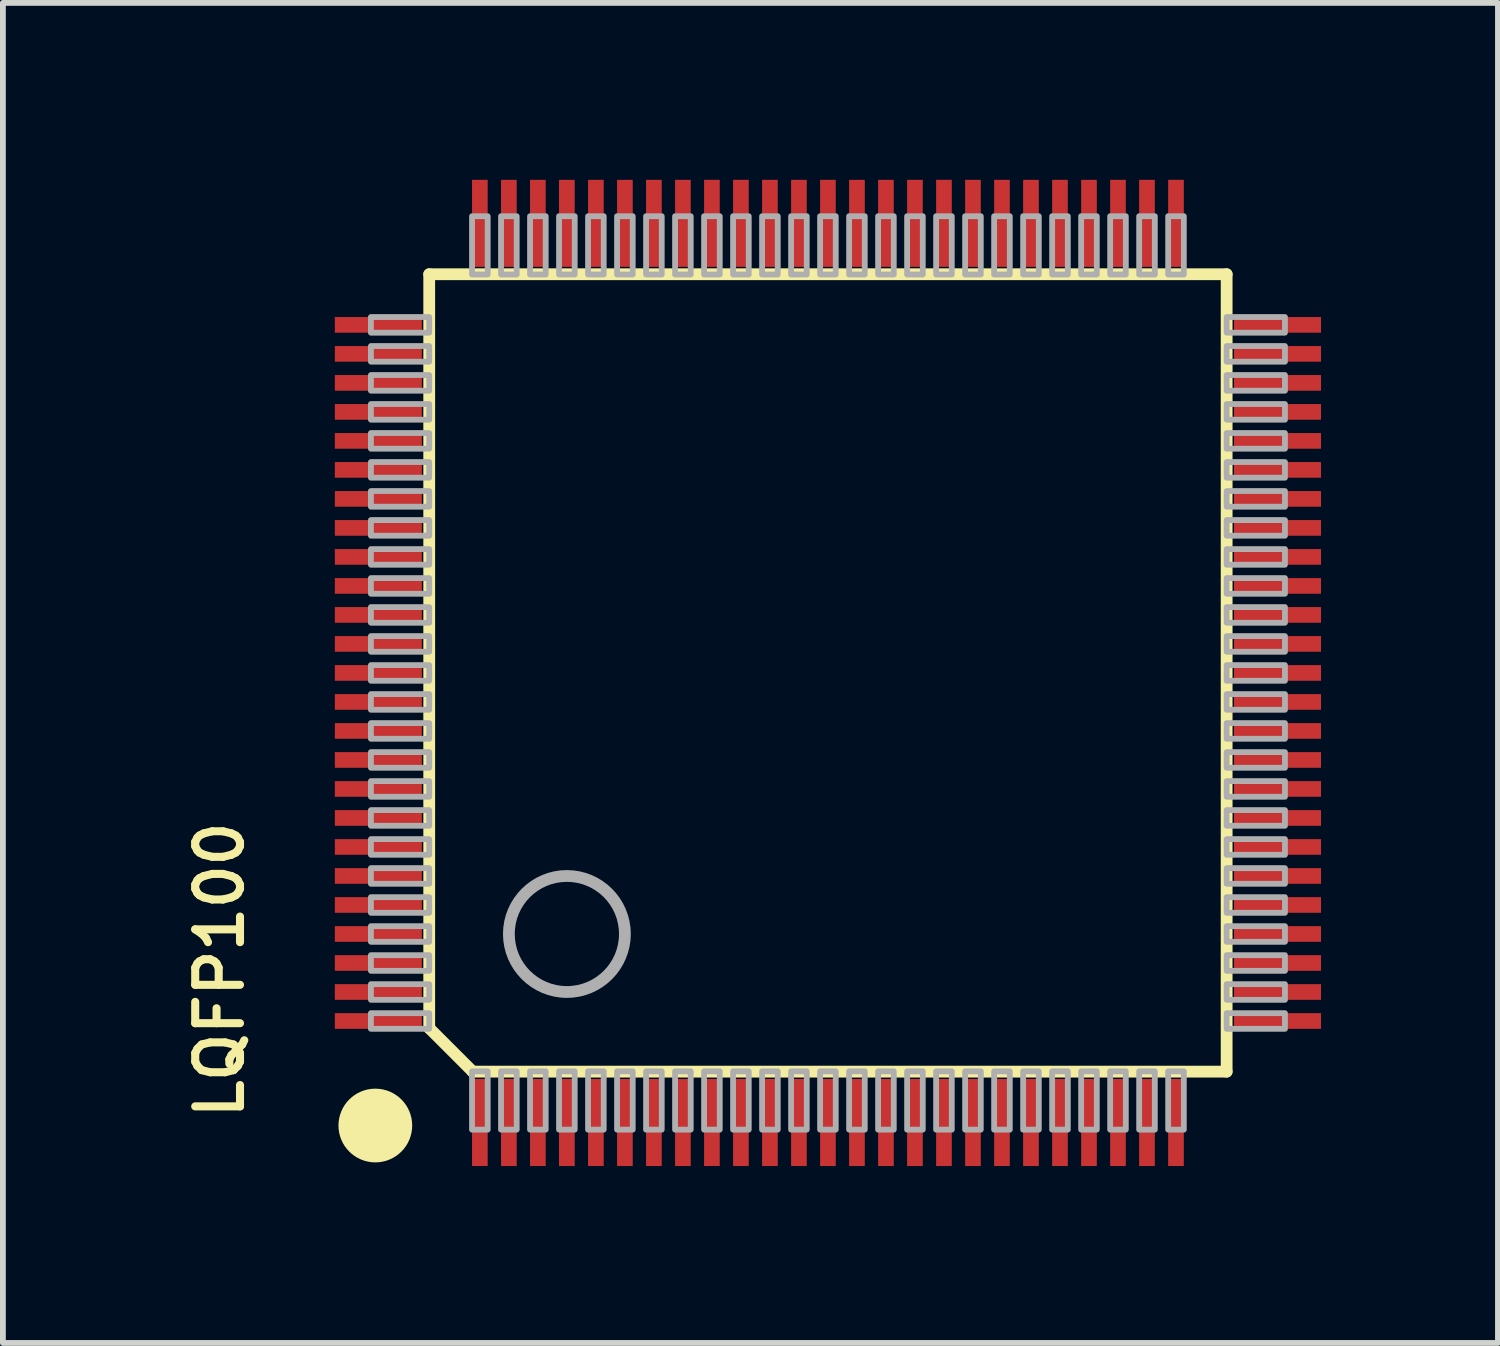
<source format=kicad_pcb>
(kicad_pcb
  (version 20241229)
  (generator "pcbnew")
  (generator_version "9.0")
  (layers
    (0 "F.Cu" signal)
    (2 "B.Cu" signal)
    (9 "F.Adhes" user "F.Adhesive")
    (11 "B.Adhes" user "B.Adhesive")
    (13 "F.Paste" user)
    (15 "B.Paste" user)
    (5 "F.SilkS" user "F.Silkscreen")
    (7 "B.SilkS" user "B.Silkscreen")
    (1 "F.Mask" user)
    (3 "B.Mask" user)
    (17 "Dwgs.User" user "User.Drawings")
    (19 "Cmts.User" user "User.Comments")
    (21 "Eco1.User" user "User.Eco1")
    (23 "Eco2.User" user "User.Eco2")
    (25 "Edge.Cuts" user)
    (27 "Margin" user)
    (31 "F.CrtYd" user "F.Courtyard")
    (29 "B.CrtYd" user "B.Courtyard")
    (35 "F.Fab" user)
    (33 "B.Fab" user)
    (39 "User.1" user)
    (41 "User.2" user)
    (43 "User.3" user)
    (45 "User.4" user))
  (footprint "LQFP100"
    (layer "F.Cu")
    (at 11.222 8.55)
    (property "Reference" "LQFP100" (at -10.033 7.747 90) (layer "F.SilkS") (effects (font (size 0.772 0.772) (thickness 0.139)) (justify left bottom)))
    (attr through_hole)
    (fp_poly (pts (xy -6.95 -5.85) (xy -6.95 -6.15) (xy -8.55 -6.15) (xy -8.55 -5.85)) (stroke (width 0) (type solid)) (fill yes) (layer "F.Mask"))
    (fp_poly (pts (xy -6.95 -5.35) (xy -6.95 -5.65) (xy -8.55 -5.65) (xy -8.55 -5.35)) (stroke (width 0) (type solid)) (fill yes) (layer "F.Mask"))
    (fp_poly (pts (xy -6.95 -4.85) (xy -6.95 -5.15) (xy -8.55 -5.15) (xy -8.55 -4.85)) (stroke (width 0) (type solid)) (fill yes) (layer "F.Mask"))
    (fp_poly (pts (xy -6.95 -4.35) (xy -6.95 -4.65) (xy -8.55 -4.65) (xy -8.55 -4.35)) (stroke (width 0) (type solid)) (fill yes) (layer "F.Mask"))
    (fp_poly (pts (xy -6.95 -3.85) (xy -6.95 -4.15) (xy -8.55 -4.15) (xy -8.55 -3.85)) (stroke (width 0) (type solid)) (fill yes) (layer "F.Mask"))
    (fp_poly (pts (xy -6.95 -3.35) (xy -6.95 -3.65) (xy -8.55 -3.65) (xy -8.55 -3.35)) (stroke (width 0) (type solid)) (fill yes) (layer "F.Mask"))
    (fp_poly (pts (xy -6.95 -2.85) (xy -6.95 -3.15) (xy -8.55 -3.15) (xy -8.55 -2.85)) (stroke (width 0) (type solid)) (fill yes) (layer "F.Mask"))
    (fp_poly (pts (xy -6.95 -2.35) (xy -6.95 -2.65) (xy -8.55 -2.65) (xy -8.55 -2.35)) (stroke (width 0) (type solid)) (fill yes) (layer "F.Mask"))
    (fp_poly (pts (xy -6.95 -1.85) (xy -6.95 -2.15) (xy -8.55 -2.15) (xy -8.55 -1.85)) (stroke (width 0) (type solid)) (fill yes) (layer "F.Mask"))
    (fp_poly (pts (xy -6.95 -1.35) (xy -6.95 -1.65) (xy -8.55 -1.65) (xy -8.55 -1.35)) (stroke (width 0) (type solid)) (fill yes) (layer "F.Mask"))
    (fp_poly (pts (xy -6.95 -0.85) (xy -6.95 -1.15) (xy -8.55 -1.15) (xy -8.55 -0.85)) (stroke (width 0) (type solid)) (fill yes) (layer "F.Mask"))
    (fp_poly (pts (xy -6.95 -0.35) (xy -6.95 -0.65) (xy -8.55 -0.65) (xy -8.55 -0.35)) (stroke (width 0) (type solid)) (fill yes) (layer "F.Mask"))
    (fp_poly (pts (xy -6.95 0.15) (xy -6.95 -0.15) (xy -8.55 -0.15) (xy -8.55 0.15)) (stroke (width 0) (type solid)) (fill yes) (layer "F.Mask"))
    (fp_poly (pts (xy -6.95 0.65) (xy -6.95 0.35) (xy -8.55 0.35) (xy -8.55 0.65)) (stroke (width 0) (type solid)) (fill yes) (layer "F.Mask"))
    (fp_poly (pts (xy -6.95 1.15) (xy -6.95 0.85) (xy -8.55 0.85) (xy -8.55 1.15)) (stroke (width 0) (type solid)) (fill yes) (layer "F.Mask"))
    (fp_poly (pts (xy -6.95 1.65) (xy -6.95 1.35) (xy -8.55 1.35) (xy -8.55 1.65)) (stroke (width 0) (type solid)) (fill yes) (layer "F.Mask"))
    (fp_poly (pts (xy -6.95 2.15) (xy -6.95 1.85) (xy -8.55 1.85) (xy -8.55 2.15)) (stroke (width 0) (type solid)) (fill yes) (layer "F.Mask"))
    (fp_poly (pts (xy -6.95 2.65) (xy -6.95 2.35) (xy -8.55 2.35) (xy -8.55 2.65)) (stroke (width 0) (type solid)) (fill yes) (layer "F.Mask"))
    (fp_poly (pts (xy -6.95 3.15) (xy -6.95 2.85) (xy -8.55 2.85) (xy -8.55 3.15)) (stroke (width 0) (type solid)) (fill yes) (layer "F.Mask"))
    (fp_poly (pts (xy -6.95 3.65) (xy -6.95 3.35) (xy -8.55 3.35) (xy -8.55 3.65)) (stroke (width 0) (type solid)) (fill yes) (layer "F.Mask"))
    (fp_poly (pts (xy -6.95 4.15) (xy -6.95 3.85) (xy -8.55 3.85) (xy -8.55 4.15)) (stroke (width 0) (type solid)) (fill yes) (layer "F.Mask"))
    (fp_poly (pts (xy -6.95 4.65) (xy -6.95 4.35) (xy -8.55 4.35) (xy -8.55 4.65)) (stroke (width 0) (type solid)) (fill yes) (layer "F.Mask"))
    (fp_poly (pts (xy -6.95 5.15) (xy -6.95 4.85) (xy -8.55 4.85) (xy -8.55 5.15)) (stroke (width 0) (type solid)) (fill yes) (layer "F.Mask"))
    (fp_poly (pts (xy -6.95 5.65) (xy -6.95 5.35) (xy -8.55 5.35) (xy -8.55 5.65)) (stroke (width 0) (type solid)) (fill yes) (layer "F.Mask"))
    (fp_poly (pts (xy -6.95 6.15) (xy -6.95 5.85) (xy -8.55 5.85) (xy -8.55 6.15)) (stroke (width 0) (type solid)) (fill yes) (layer "F.Mask"))
    (fp_poly (pts (xy -6.15 -6.95) (xy -5.85 -6.95) (xy -5.85 -8.55) (xy -6.15 -8.55)) (stroke (width 0) (type solid)) (fill yes) (layer "F.Mask"))
    (fp_poly (pts (xy -5.85 6.95) (xy -6.15 6.95) (xy -6.15 8.55) (xy -5.85 8.55)) (stroke (width 0) (type solid)) (fill yes) (layer "F.Mask"))
    (fp_poly (pts (xy -5.65 -6.95) (xy -5.35 -6.95) (xy -5.35 -8.55) (xy -5.65 -8.55)) (stroke (width 0) (type solid)) (fill yes) (layer "F.Mask"))
    (fp_poly (pts (xy -5.35 6.95) (xy -5.65 6.95) (xy -5.65 8.55) (xy -5.35 8.55)) (stroke (width 0) (type solid)) (fill yes) (layer "F.Mask"))
    (fp_poly (pts (xy -5.15 -6.95) (xy -4.85 -6.95) (xy -4.85 -8.55) (xy -5.15 -8.55)) (stroke (width 0) (type solid)) (fill yes) (layer "F.Mask"))
    (fp_poly (pts (xy -4.85 6.95) (xy -5.15 6.95) (xy -5.15 8.55) (xy -4.85 8.55)) (stroke (width 0) (type solid)) (fill yes) (layer "F.Mask"))
    (fp_poly (pts (xy -4.65 -6.95) (xy -4.35 -6.95) (xy -4.35 -8.55) (xy -4.65 -8.55)) (stroke (width 0) (type solid)) (fill yes) (layer "F.Mask"))
    (fp_poly (pts (xy -4.35 6.95) (xy -4.65 6.95) (xy -4.65 8.55) (xy -4.35 8.55)) (stroke (width 0) (type solid)) (fill yes) (layer "F.Mask"))
    (fp_poly (pts (xy -4.15 -6.95) (xy -3.85 -6.95) (xy -3.85 -8.55) (xy -4.15 -8.55)) (stroke (width 0) (type solid)) (fill yes) (layer "F.Mask"))
    (fp_poly (pts (xy -3.85 6.95) (xy -4.15 6.95) (xy -4.15 8.55) (xy -3.85 8.55)) (stroke (width 0) (type solid)) (fill yes) (layer "F.Mask"))
    (fp_poly (pts (xy -3.65 -6.95) (xy -3.35 -6.95) (xy -3.35 -8.55) (xy -3.65 -8.55)) (stroke (width 0) (type solid)) (fill yes) (layer "F.Mask"))
    (fp_poly (pts (xy -3.35 6.95) (xy -3.65 6.95) (xy -3.65 8.55) (xy -3.35 8.55)) (stroke (width 0) (type solid)) (fill yes) (layer "F.Mask"))
    (fp_poly (pts (xy -3.15 -6.95) (xy -2.85 -6.95) (xy -2.85 -8.55) (xy -3.15 -8.55)) (stroke (width 0) (type solid)) (fill yes) (layer "F.Mask"))
    (fp_poly (pts (xy -2.85 6.95) (xy -3.15 6.95) (xy -3.15 8.55) (xy -2.85 8.55)) (stroke (width 0) (type solid)) (fill yes) (layer "F.Mask"))
    (fp_poly (pts (xy -2.65 -6.95) (xy -2.35 -6.95) (xy -2.35 -8.55) (xy -2.65 -8.55)) (stroke (width 0) (type solid)) (fill yes) (layer "F.Mask"))
    (fp_poly (pts (xy -2.35 6.95) (xy -2.65 6.95) (xy -2.65 8.55) (xy -2.35 8.55)) (stroke (width 0) (type solid)) (fill yes) (layer "F.Mask"))
    (fp_poly (pts (xy -2.15 -6.95) (xy -1.85 -6.95) (xy -1.85 -8.55) (xy -2.15 -8.55)) (stroke (width 0) (type solid)) (fill yes) (layer "F.Mask"))
    (fp_poly (pts (xy -1.85 6.95) (xy -2.15 6.95) (xy -2.15 8.55) (xy -1.85 8.55)) (stroke (width 0) (type solid)) (fill yes) (layer "F.Mask"))
    (fp_poly (pts (xy -1.65 -6.95) (xy -1.35 -6.95) (xy -1.35 -8.55) (xy -1.65 -8.55)) (stroke (width 0) (type solid)) (fill yes) (layer "F.Mask"))
    (fp_poly (pts (xy -1.35 6.95) (xy -1.65 6.95) (xy -1.65 8.55) (xy -1.35 8.55)) (stroke (width 0) (type solid)) (fill yes) (layer "F.Mask"))
    (fp_poly (pts (xy -1.15 -6.95) (xy -0.85 -6.95) (xy -0.85 -8.55) (xy -1.15 -8.55)) (stroke (width 0) (type solid)) (fill yes) (layer "F.Mask"))
    (fp_poly (pts (xy -0.85 6.95) (xy -1.15 6.95) (xy -1.15 8.55) (xy -0.85 8.55)) (stroke (width 0) (type solid)) (fill yes) (layer "F.Mask"))
    (fp_poly (pts (xy -0.65 -6.95) (xy -0.35 -6.95) (xy -0.35 -8.55) (xy -0.65 -8.55)) (stroke (width 0) (type solid)) (fill yes) (layer "F.Mask"))
    (fp_poly (pts (xy -0.35 6.95) (xy -0.65 6.95) (xy -0.65 8.55) (xy -0.35 8.55)) (stroke (width 0) (type solid)) (fill yes) (layer "F.Mask"))
    (fp_poly (pts (xy -0.15 -6.95) (xy 0.15 -6.95) (xy 0.15 -8.55) (xy -0.15 -8.55)) (stroke (width 0) (type solid)) (fill yes) (layer "F.Mask"))
    (fp_poly (pts (xy 0.15 6.95) (xy -0.15 6.95) (xy -0.15 8.55) (xy 0.15 8.55)) (stroke (width 0) (type solid)) (fill yes) (layer "F.Mask"))
    (fp_poly (pts (xy 0.35 -6.95) (xy 0.65 -6.95) (xy 0.65 -8.55) (xy 0.35 -8.55)) (stroke (width 0) (type solid)) (fill yes) (layer "F.Mask"))
    (fp_poly (pts (xy 0.65 6.95) (xy 0.35 6.95) (xy 0.35 8.55) (xy 0.65 8.55)) (stroke (width 0) (type solid)) (fill yes) (layer "F.Mask"))
    (fp_poly (pts (xy 0.85 -6.95) (xy 1.15 -6.95) (xy 1.15 -8.55) (xy 0.85 -8.55)) (stroke (width 0) (type solid)) (fill yes) (layer "F.Mask"))
    (fp_poly (pts (xy 1.15 6.95) (xy 0.85 6.95) (xy 0.85 8.55) (xy 1.15 8.55)) (stroke (width 0) (type solid)) (fill yes) (layer "F.Mask"))
    (fp_poly (pts (xy 1.35 -6.95) (xy 1.65 -6.95) (xy 1.65 -8.55) (xy 1.35 -8.55)) (stroke (width 0) (type solid)) (fill yes) (layer "F.Mask"))
    (fp_poly (pts (xy 1.65 6.95) (xy 1.35 6.95) (xy 1.35 8.55) (xy 1.65 8.55)) (stroke (width 0) (type solid)) (fill yes) (layer "F.Mask"))
    (fp_poly (pts (xy 1.85 -6.95) (xy 2.15 -6.95) (xy 2.15 -8.55) (xy 1.85 -8.55)) (stroke (width 0) (type solid)) (fill yes) (layer "F.Mask"))
    (fp_poly (pts (xy 2.15 6.95) (xy 1.85 6.95) (xy 1.85 8.55) (xy 2.15 8.55)) (stroke (width 0) (type solid)) (fill yes) (layer "F.Mask"))
    (fp_poly (pts (xy 2.35 -6.95) (xy 2.65 -6.95) (xy 2.65 -8.55) (xy 2.35 -8.55)) (stroke (width 0) (type solid)) (fill yes) (layer "F.Mask"))
    (fp_poly (pts (xy 2.65 6.95) (xy 2.35 6.95) (xy 2.35 8.55) (xy 2.65 8.55)) (stroke (width 0) (type solid)) (fill yes) (layer "F.Mask"))
    (fp_poly (pts (xy 2.85 -6.95) (xy 3.15 -6.95) (xy 3.15 -8.55) (xy 2.85 -8.55)) (stroke (width 0) (type solid)) (fill yes) (layer "F.Mask"))
    (fp_poly (pts (xy 3.15 6.95) (xy 2.85 6.95) (xy 2.85 8.55) (xy 3.15 8.55)) (stroke (width 0) (type solid)) (fill yes) (layer "F.Mask"))
    (fp_poly (pts (xy 3.35 -6.95) (xy 3.65 -6.95) (xy 3.65 -8.55) (xy 3.35 -8.55)) (stroke (width 0) (type solid)) (fill yes) (layer "F.Mask"))
    (fp_poly (pts (xy 3.65 6.95) (xy 3.35 6.95) (xy 3.35 8.55) (xy 3.65 8.55)) (stroke (width 0) (type solid)) (fill yes) (layer "F.Mask"))
    (fp_poly (pts (xy 3.85 -6.95) (xy 4.15 -6.95) (xy 4.15 -8.55) (xy 3.85 -8.55)) (stroke (width 0) (type solid)) (fill yes) (layer "F.Mask"))
    (fp_poly (pts (xy 4.15 6.95) (xy 3.85 6.95) (xy 3.85 8.55) (xy 4.15 8.55)) (stroke (width 0) (type solid)) (fill yes) (layer "F.Mask"))
    (fp_poly (pts (xy 4.35 -6.95) (xy 4.65 -6.95) (xy 4.65 -8.55) (xy 4.35 -8.55)) (stroke (width 0) (type solid)) (fill yes) (layer "F.Mask"))
    (fp_poly (pts (xy 4.65 6.95) (xy 4.35 6.95) (xy 4.35 8.55) (xy 4.65 8.55)) (stroke (width 0) (type solid)) (fill yes) (layer "F.Mask"))
    (fp_poly (pts (xy 4.85 -6.95) (xy 5.15 -6.95) (xy 5.15 -8.55) (xy 4.85 -8.55)) (stroke (width 0) (type solid)) (fill yes) (layer "F.Mask"))
    (fp_poly (pts (xy 5.15 6.95) (xy 4.85 6.95) (xy 4.85 8.55) (xy 5.15 8.55)) (stroke (width 0) (type solid)) (fill yes) (layer "F.Mask"))
    (fp_poly (pts (xy 5.35 -6.95) (xy 5.65 -6.95) (xy 5.65 -8.55) (xy 5.35 -8.55)) (stroke (width 0) (type solid)) (fill yes) (layer "F.Mask"))
    (fp_poly (pts (xy 5.65 6.95) (xy 5.35 6.95) (xy 5.35 8.55) (xy 5.65 8.55)) (stroke (width 0) (type solid)) (fill yes) (layer "F.Mask"))
    (fp_poly (pts (xy 6.15 -8.55) (xy 5.85 -8.55) (xy 5.85 -6.95) (xy 6.15 -6.95)) (stroke (width 0) (type solid)) (fill yes) (layer "F.Mask"))
    (fp_poly (pts (xy 6.15 6.95) (xy 5.85 6.95) (xy 5.85 8.55) (xy 6.15 8.55)) (stroke (width 0) (type solid)) (fill yes) (layer "F.Mask"))
    (fp_poly (pts (xy 6.95 -6.15) (xy 6.95 -5.85) (xy 8.55 -5.85) (xy 8.55 -6.15)) (stroke (width 0) (type solid)) (fill yes) (layer "F.Mask"))
    (fp_poly (pts (xy 6.95 -5.65) (xy 6.95 -5.35) (xy 8.55 -5.35) (xy 8.55 -5.65)) (stroke (width 0) (type solid)) (fill yes) (layer "F.Mask"))
    (fp_poly (pts (xy 6.95 -5.15) (xy 6.95 -4.85) (xy 8.55 -4.85) (xy 8.55 -5.15)) (stroke (width 0) (type solid)) (fill yes) (layer "F.Mask"))
    (fp_poly (pts (xy 6.95 -4.65) (xy 6.95 -4.35) (xy 8.55 -4.35) (xy 8.55 -4.65)) (stroke (width 0) (type solid)) (fill yes) (layer "F.Mask"))
    (fp_poly (pts (xy 6.95 -4.15) (xy 6.95 -3.85) (xy 8.55 -3.85) (xy 8.55 -4.15)) (stroke (width 0) (type solid)) (fill yes) (layer "F.Mask"))
    (fp_poly (pts (xy 6.95 -3.65) (xy 6.95 -3.35) (xy 8.55 -3.35) (xy 8.55 -3.65)) (stroke (width 0) (type solid)) (fill yes) (layer "F.Mask"))
    (fp_poly (pts (xy 6.95 -3.15) (xy 6.95 -2.85) (xy 8.55 -2.85) (xy 8.55 -3.15)) (stroke (width 0) (type solid)) (fill yes) (layer "F.Mask"))
    (fp_poly (pts (xy 6.95 -2.65) (xy 6.95 -2.35) (xy 8.55 -2.35) (xy 8.55 -2.65)) (stroke (width 0) (type solid)) (fill yes) (layer "F.Mask"))
    (fp_poly (pts (xy 6.95 -2.15) (xy 6.95 -1.85) (xy 8.55 -1.85) (xy 8.55 -2.15)) (stroke (width 0) (type solid)) (fill yes) (layer "F.Mask"))
    (fp_poly (pts (xy 6.95 -1.65) (xy 6.95 -1.35) (xy 8.55 -1.35) (xy 8.55 -1.65)) (stroke (width 0) (type solid)) (fill yes) (layer "F.Mask"))
    (fp_poly (pts (xy 6.95 -1.15) (xy 6.95 -0.85) (xy 8.55 -0.85) (xy 8.55 -1.15)) (stroke (width 0) (type solid)) (fill yes) (layer "F.Mask"))
    (fp_poly (pts (xy 6.95 -0.65) (xy 6.95 -0.35) (xy 8.55 -0.35) (xy 8.55 -0.65)) (stroke (width 0) (type solid)) (fill yes) (layer "F.Mask"))
    (fp_poly (pts (xy 6.95 -0.15) (xy 6.95 0.15) (xy 8.55 0.15) (xy 8.55 -0.15)) (stroke (width 0) (type solid)) (fill yes) (layer "F.Mask"))
    (fp_poly (pts (xy 6.95 0.35) (xy 6.95 0.65) (xy 8.55 0.65) (xy 8.55 0.35)) (stroke (width 0) (type solid)) (fill yes) (layer "F.Mask"))
    (fp_poly (pts (xy 6.95 0.85) (xy 6.95 1.15) (xy 8.55 1.15) (xy 8.55 0.85)) (stroke (width 0) (type solid)) (fill yes) (layer "F.Mask"))
    (fp_poly (pts (xy 6.95 1.35) (xy 6.95 1.65) (xy 8.55 1.65) (xy 8.55 1.35)) (stroke (width 0) (type solid)) (fill yes) (layer "F.Mask"))
    (fp_poly (pts (xy 6.95 1.85) (xy 6.95 2.15) (xy 8.55 2.15) (xy 8.55 1.85)) (stroke (width 0) (type solid)) (fill yes) (layer "F.Mask"))
    (fp_poly (pts (xy 6.95 2.35) (xy 6.95 2.65) (xy 8.55 2.65) (xy 8.55 2.35)) (stroke (width 0) (type solid)) (fill yes) (layer "F.Mask"))
    (fp_poly (pts (xy 6.95 2.85) (xy 6.95 3.15) (xy 8.55 3.15) (xy 8.55 2.85)) (stroke (width 0) (type solid)) (fill yes) (layer "F.Mask"))
    (fp_poly (pts (xy 6.95 3.35) (xy 6.95 3.65) (xy 8.55 3.65) (xy 8.55 3.35)) (stroke (width 0) (type solid)) (fill yes) (layer "F.Mask"))
    (fp_poly (pts (xy 6.95 3.85) (xy 6.95 4.15) (xy 8.55 4.15) (xy 8.55 3.85)) (stroke (width 0) (type solid)) (fill yes) (layer "F.Mask"))
    (fp_poly (pts (xy 6.95 4.35) (xy 6.95 4.65) (xy 8.55 4.65) (xy 8.55 4.35)) (stroke (width 0) (type solid)) (fill yes) (layer "F.Mask"))
    (fp_poly (pts (xy 6.95 4.85) (xy 6.95 5.15) (xy 8.55 5.15) (xy 8.55 4.85)) (stroke (width 0) (type solid)) (fill yes) (layer "F.Mask"))
    (fp_poly (pts (xy 6.95 5.35) (xy 6.95 5.65) (xy 8.55 5.65) (xy 8.55 5.35)) (stroke (width 0) (type solid)) (fill yes) (layer "F.Mask"))
    (fp_poly (pts (xy 6.95 5.85) (xy 6.95 6.15) (xy 8.55 6.15) (xy 8.55 5.85)) (stroke (width 0) (type solid)) (fill yes) (layer "F.Mask"))
    (fp_line (start -6.873 -6.873) (end 6.873 -6.873) (stroke (width 0.203) (type solid)) (layer "F.SilkS"))
    (fp_line (start -6.873 6.123) (end -6.873 -6.873) (stroke (width 0.203) (type solid)) (layer "F.SilkS"))
    (fp_line (start -6.123 6.873) (end -6.873 6.123) (stroke (width 0.203) (type solid)) (layer "F.SilkS"))
    (fp_line (start 6.873 -6.873) (end 6.873 6.873) (stroke (width 0.203) (type solid)) (layer "F.SilkS"))
    (fp_line (start 6.873 6.873) (end -6.123 6.873) (stroke (width 0.203) (type solid)) (layer "F.SilkS"))
    (fp_circle (center -7.802 7.802) (end -7.484 7.802) (stroke (width 0.635) (type solid)) (fill no) (layer "F.SilkS"))
    (fp_circle (center -4.5 4.5) (end -3.5 4.5) (stroke (width 0.203) (type solid)) (fill no) (layer "F.Fab"))
    (fp_poly (pts (xy -7.878 -5.865) (xy -6.873 -5.865) (xy -6.873 -6.135) (xy -7.878 -6.135)) (stroke (width 0.1) (type solid)) (fill no) (layer "F.Fab"))
    (fp_poly (pts (xy -7.878 -5.365) (xy -6.873 -5.365) (xy -6.873 -5.635) (xy -7.878 -5.635)) (stroke (width 0.1) (type solid)) (fill no) (layer "F.Fab"))
    (fp_poly (pts (xy -7.878 -4.865) (xy -6.873 -4.865) (xy -6.873 -5.135) (xy -7.878 -5.135)) (stroke (width 0.1) (type solid)) (fill no) (layer "F.Fab"))
    (fp_poly (pts (xy -7.878 -4.365) (xy -6.873 -4.365) (xy -6.873 -4.635) (xy -7.878 -4.635)) (stroke (width 0.1) (type solid)) (fill no) (layer "F.Fab"))
    (fp_poly (pts (xy -7.878 -3.865) (xy -6.873 -3.865) (xy -6.873 -4.135) (xy -7.878 -4.135)) (stroke (width 0.1) (type solid)) (fill no) (layer "F.Fab"))
    (fp_poly (pts (xy -7.878 -3.365) (xy -6.873 -3.365) (xy -6.873 -3.635) (xy -7.878 -3.635)) (stroke (width 0.1) (type solid)) (fill no) (layer "F.Fab"))
    (fp_poly (pts (xy -7.878 -2.865) (xy -6.873 -2.865) (xy -6.873 -3.135) (xy -7.878 -3.135)) (stroke (width 0.1) (type solid)) (fill no) (layer "F.Fab"))
    (fp_poly (pts (xy -7.878 -2.365) (xy -6.873 -2.365) (xy -6.873 -2.635) (xy -7.878 -2.635)) (stroke (width 0.1) (type solid)) (fill no) (layer "F.Fab"))
    (fp_poly (pts (xy -7.878 -1.865) (xy -6.873 -1.865) (xy -6.873 -2.135) (xy -7.878 -2.135)) (stroke (width 0.1) (type solid)) (fill no) (layer "F.Fab"))
    (fp_poly (pts (xy -7.878 -1.365) (xy -6.873 -1.365) (xy -6.873 -1.635) (xy -7.878 -1.635)) (stroke (width 0.1) (type solid)) (fill no) (layer "F.Fab"))
    (fp_poly (pts (xy -7.878 -0.865) (xy -6.873 -0.865) (xy -6.873 -1.135) (xy -7.878 -1.135)) (stroke (width 0.1) (type solid)) (fill no) (layer "F.Fab"))
    (fp_poly (pts (xy -7.878 -0.365) (xy -6.873 -0.365) (xy -6.873 -0.635) (xy -7.878 -0.635)) (stroke (width 0.1) (type solid)) (fill no) (layer "F.Fab"))
    (fp_poly (pts (xy -7.878 0.135) (xy -6.873 0.135) (xy -6.873 -0.135) (xy -7.878 -0.135)) (stroke (width 0.1) (type solid)) (fill no) (layer "F.Fab"))
    (fp_poly (pts (xy -7.878 0.635) (xy -6.873 0.635) (xy -6.873 0.365) (xy -7.878 0.365)) (stroke (width 0.1) (type solid)) (fill no) (layer "F.Fab"))
    (fp_poly (pts (xy -7.878 1.135) (xy -6.873 1.135) (xy -6.873 0.865) (xy -7.878 0.865)) (stroke (width 0.1) (type solid)) (fill no) (layer "F.Fab"))
    (fp_poly (pts (xy -7.878 1.635) (xy -6.873 1.635) (xy -6.873 1.365) (xy -7.878 1.365)) (stroke (width 0.1) (type solid)) (fill no) (layer "F.Fab"))
    (fp_poly (pts (xy -7.878 2.135) (xy -6.873 2.135) (xy -6.873 1.865) (xy -7.878 1.865)) (stroke (width 0.1) (type solid)) (fill no) (layer "F.Fab"))
    (fp_poly (pts (xy -7.878 2.635) (xy -6.873 2.635) (xy -6.873 2.365) (xy -7.878 2.365)) (stroke (width 0.1) (type solid)) (fill no) (layer "F.Fab"))
    (fp_poly (pts (xy -7.878 3.135) (xy -6.873 3.135) (xy -6.873 2.865) (xy -7.878 2.865)) (stroke (width 0.1) (type solid)) (fill no) (layer "F.Fab"))
    (fp_poly (pts (xy -7.878 3.635) (xy -6.873 3.635) (xy -6.873 3.365) (xy -7.878 3.365)) (stroke (width 0.1) (type solid)) (fill no) (layer "F.Fab"))
    (fp_poly (pts (xy -7.878 4.135) (xy -6.873 4.135) (xy -6.873 3.865) (xy -7.878 3.865)) (stroke (width 0.1) (type solid)) (fill no) (layer "F.Fab"))
    (fp_poly (pts (xy -7.878 4.635) (xy -6.873 4.635) (xy -6.873 4.365) (xy -7.878 4.365)) (stroke (width 0.1) (type solid)) (fill no) (layer "F.Fab"))
    (fp_poly (pts (xy -7.878 5.135) (xy -6.873 5.135) (xy -6.873 4.865) (xy -7.878 4.865)) (stroke (width 0.1) (type solid)) (fill no) (layer "F.Fab"))
    (fp_poly (pts (xy -7.878 5.635) (xy -6.873 5.635) (xy -6.873 5.365) (xy -7.878 5.365)) (stroke (width 0.1) (type solid)) (fill no) (layer "F.Fab"))
    (fp_poly (pts (xy -7.878 6.135) (xy -6.873 6.135) (xy -6.873 5.865) (xy -7.878 5.865)) (stroke (width 0.1) (type solid)) (fill no) (layer "F.Fab"))
    (fp_poly (pts (xy -6.135 -6.868) (xy -5.865 -6.868) (xy -5.865 -7.873) (xy -6.135 -7.873)) (stroke (width 0.1) (type solid)) (fill no) (layer "F.Fab"))
    (fp_poly (pts (xy -6.135 7.873) (xy -5.865 7.873) (xy -5.865 6.868) (xy -6.135 6.868)) (stroke (width 0.1) (type solid)) (fill no) (layer "F.Fab"))
    (fp_poly (pts (xy -5.635 -6.868) (xy -5.365 -6.868) (xy -5.365 -7.873) (xy -5.635 -7.873)) (stroke (width 0.1) (type solid)) (fill no) (layer "F.Fab"))
    (fp_poly (pts (xy -5.635 7.873) (xy -5.365 7.873) (xy -5.365 6.868) (xy -5.635 6.868)) (stroke (width 0.1) (type solid)) (fill no) (layer "F.Fab"))
    (fp_poly (pts (xy -5.135 -6.868) (xy -4.865 -6.868) (xy -4.865 -7.873) (xy -5.135 -7.873)) (stroke (width 0.1) (type solid)) (fill no) (layer "F.Fab"))
    (fp_poly (pts (xy -5.135 7.873) (xy -4.865 7.873) (xy -4.865 6.868) (xy -5.135 6.868)) (stroke (width 0.1) (type solid)) (fill no) (layer "F.Fab"))
    (fp_poly (pts (xy -4.635 -6.868) (xy -4.365 -6.868) (xy -4.365 -7.873) (xy -4.635 -7.873)) (stroke (width 0.1) (type solid)) (fill no) (layer "F.Fab"))
    (fp_poly (pts (xy -4.635 7.873) (xy -4.365 7.873) (xy -4.365 6.868) (xy -4.635 6.868)) (stroke (width 0.1) (type solid)) (fill no) (layer "F.Fab"))
    (fp_poly (pts (xy -4.135 -6.868) (xy -3.865 -6.868) (xy -3.865 -7.873) (xy -4.135 -7.873)) (stroke (width 0.1) (type solid)) (fill no) (layer "F.Fab"))
    (fp_poly (pts (xy -4.135 7.873) (xy -3.865 7.873) (xy -3.865 6.868) (xy -4.135 6.868)) (stroke (width 0.1) (type solid)) (fill no) (layer "F.Fab"))
    (fp_poly (pts (xy -3.635 -6.868) (xy -3.365 -6.868) (xy -3.365 -7.873) (xy -3.635 -7.873)) (stroke (width 0.1) (type solid)) (fill no) (layer "F.Fab"))
    (fp_poly (pts (xy -3.635 7.873) (xy -3.365 7.873) (xy -3.365 6.868) (xy -3.635 6.868)) (stroke (width 0.1) (type solid)) (fill no) (layer "F.Fab"))
    (fp_poly (pts (xy -3.135 -6.868) (xy -2.865 -6.868) (xy -2.865 -7.873) (xy -3.135 -7.873)) (stroke (width 0.1) (type solid)) (fill no) (layer "F.Fab"))
    (fp_poly (pts (xy -3.135 7.873) (xy -2.865 7.873) (xy -2.865 6.868) (xy -3.135 6.868)) (stroke (width 0.1) (type solid)) (fill no) (layer "F.Fab"))
    (fp_poly (pts (xy -2.635 -6.868) (xy -2.365 -6.868) (xy -2.365 -7.873) (xy -2.635 -7.873)) (stroke (width 0.1) (type solid)) (fill no) (layer "F.Fab"))
    (fp_poly (pts (xy -2.635 7.873) (xy -2.365 7.873) (xy -2.365 6.868) (xy -2.635 6.868)) (stroke (width 0.1) (type solid)) (fill no) (layer "F.Fab"))
    (fp_poly (pts (xy -2.135 -6.868) (xy -1.865 -6.868) (xy -1.865 -7.873) (xy -2.135 -7.873)) (stroke (width 0.1) (type solid)) (fill no) (layer "F.Fab"))
    (fp_poly (pts (xy -2.135 7.873) (xy -1.865 7.873) (xy -1.865 6.868) (xy -2.135 6.868)) (stroke (width 0.1) (type solid)) (fill no) (layer "F.Fab"))
    (fp_poly (pts (xy -1.635 -6.868) (xy -1.365 -6.868) (xy -1.365 -7.873) (xy -1.635 -7.873)) (stroke (width 0.1) (type solid)) (fill no) (layer "F.Fab"))
    (fp_poly (pts (xy -1.635 7.873) (xy -1.365 7.873) (xy -1.365 6.868) (xy -1.635 6.868)) (stroke (width 0.1) (type solid)) (fill no) (layer "F.Fab"))
    (fp_poly (pts (xy -1.135 -6.868) (xy -0.865 -6.868) (xy -0.865 -7.873) (xy -1.135 -7.873)) (stroke (width 0.1) (type solid)) (fill no) (layer "F.Fab"))
    (fp_poly (pts (xy -1.135 7.873) (xy -0.865 7.873) (xy -0.865 6.868) (xy -1.135 6.868)) (stroke (width 0.1) (type solid)) (fill no) (layer "F.Fab"))
    (fp_poly (pts (xy -0.635 -6.868) (xy -0.365 -6.868) (xy -0.365 -7.873) (xy -0.635 -7.873)) (stroke (width 0.1) (type solid)) (fill no) (layer "F.Fab"))
    (fp_poly (pts (xy -0.635 7.873) (xy -0.365 7.873) (xy -0.365 6.868) (xy -0.635 6.868)) (stroke (width 0.1) (type solid)) (fill no) (layer "F.Fab"))
    (fp_poly (pts (xy -0.135 -6.868) (xy 0.135 -6.868) (xy 0.135 -7.873) (xy -0.135 -7.873)) (stroke (width 0.1) (type solid)) (fill no) (layer "F.Fab"))
    (fp_poly (pts (xy -0.135 7.873) (xy 0.135 7.873) (xy 0.135 6.868) (xy -0.135 6.868)) (stroke (width 0.1) (type solid)) (fill no) (layer "F.Fab"))
    (fp_poly (pts (xy 0.365 -6.868) (xy 0.635 -6.868) (xy 0.635 -7.873) (xy 0.365 -7.873)) (stroke (width 0.1) (type solid)) (fill no) (layer "F.Fab"))
    (fp_poly (pts (xy 0.365 7.873) (xy 0.635 7.873) (xy 0.635 6.868) (xy 0.365 6.868)) (stroke (width 0.1) (type solid)) (fill no) (layer "F.Fab"))
    (fp_poly (pts (xy 0.865 -6.868) (xy 1.135 -6.868) (xy 1.135 -7.873) (xy 0.865 -7.873)) (stroke (width 0.1) (type solid)) (fill no) (layer "F.Fab"))
    (fp_poly (pts (xy 0.865 7.873) (xy 1.135 7.873) (xy 1.135 6.868) (xy 0.865 6.868)) (stroke (width 0.1) (type solid)) (fill no) (layer "F.Fab"))
    (fp_poly (pts (xy 1.365 -6.868) (xy 1.635 -6.868) (xy 1.635 -7.873) (xy 1.365 -7.873)) (stroke (width 0.1) (type solid)) (fill no) (layer "F.Fab"))
    (fp_poly (pts (xy 1.365 7.873) (xy 1.635 7.873) (xy 1.635 6.868) (xy 1.365 6.868)) (stroke (width 0.1) (type solid)) (fill no) (layer "F.Fab"))
    (fp_poly (pts (xy 1.865 -6.868) (xy 2.135 -6.868) (xy 2.135 -7.873) (xy 1.865 -7.873)) (stroke (width 0.1) (type solid)) (fill no) (layer "F.Fab"))
    (fp_poly (pts (xy 1.865 7.873) (xy 2.135 7.873) (xy 2.135 6.868) (xy 1.865 6.868)) (stroke (width 0.1) (type solid)) (fill no) (layer "F.Fab"))
    (fp_poly (pts (xy 2.365 -6.868) (xy 2.635 -6.868) (xy 2.635 -7.873) (xy 2.365 -7.873)) (stroke (width 0.1) (type solid)) (fill no) (layer "F.Fab"))
    (fp_poly (pts (xy 2.365 7.873) (xy 2.635 7.873) (xy 2.635 6.868) (xy 2.365 6.868)) (stroke (width 0.1) (type solid)) (fill no) (layer "F.Fab"))
    (fp_poly (pts (xy 2.865 -6.868) (xy 3.135 -6.868) (xy 3.135 -7.873) (xy 2.865 -7.873)) (stroke (width 0.1) (type solid)) (fill no) (layer "F.Fab"))
    (fp_poly (pts (xy 2.865 7.873) (xy 3.135 7.873) (xy 3.135 6.868) (xy 2.865 6.868)) (stroke (width 0.1) (type solid)) (fill no) (layer "F.Fab"))
    (fp_poly (pts (xy 3.365 -6.868) (xy 3.635 -6.868) (xy 3.635 -7.873) (xy 3.365 -7.873)) (stroke (width 0.1) (type solid)) (fill no) (layer "F.Fab"))
    (fp_poly (pts (xy 3.365 7.873) (xy 3.635 7.873) (xy 3.635 6.868) (xy 3.365 6.868)) (stroke (width 0.1) (type solid)) (fill no) (layer "F.Fab"))
    (fp_poly (pts (xy 3.865 -6.868) (xy 4.135 -6.868) (xy 4.135 -7.873) (xy 3.865 -7.873)) (stroke (width 0.1) (type solid)) (fill no) (layer "F.Fab"))
    (fp_poly (pts (xy 3.865 7.873) (xy 4.135 7.873) (xy 4.135 6.868) (xy 3.865 6.868)) (stroke (width 0.1) (type solid)) (fill no) (layer "F.Fab"))
    (fp_poly (pts (xy 4.365 -6.868) (xy 4.635 -6.868) (xy 4.635 -7.873) (xy 4.365 -7.873)) (stroke (width 0.1) (type solid)) (fill no) (layer "F.Fab"))
    (fp_poly (pts (xy 4.365 7.873) (xy 4.635 7.873) (xy 4.635 6.868) (xy 4.365 6.868)) (stroke (width 0.1) (type solid)) (fill no) (layer "F.Fab"))
    (fp_poly (pts (xy 4.865 -6.868) (xy 5.135 -6.868) (xy 5.135 -7.873) (xy 4.865 -7.873)) (stroke (width 0.1) (type solid)) (fill no) (layer "F.Fab"))
    (fp_poly (pts (xy 4.865 7.873) (xy 5.135 7.873) (xy 5.135 6.868) (xy 4.865 6.868)) (stroke (width 0.1) (type solid)) (fill no) (layer "F.Fab"))
    (fp_poly (pts (xy 5.365 -6.868) (xy 5.635 -6.868) (xy 5.635 -7.873) (xy 5.365 -7.873)) (stroke (width 0.1) (type solid)) (fill no) (layer "F.Fab"))
    (fp_poly (pts (xy 5.365 7.873) (xy 5.635 7.873) (xy 5.635 6.868) (xy 5.365 6.868)) (stroke (width 0.1) (type solid)) (fill no) (layer "F.Fab"))
    (fp_poly (pts (xy 5.865 -6.868) (xy 6.135 -6.868) (xy 6.135 -7.873) (xy 5.865 -7.873)) (stroke (width 0.1) (type solid)) (fill no) (layer "F.Fab"))
    (fp_poly (pts (xy 5.865 7.873) (xy 6.135 7.873) (xy 6.135 6.868) (xy 5.865 6.868)) (stroke (width 0.1) (type solid)) (fill no) (layer "F.Fab"))
    (fp_poly (pts (xy 6.873 -5.865) (xy 7.878 -5.865) (xy 7.878 -6.135) (xy 6.873 -6.135)) (stroke (width 0.1) (type solid)) (fill no) (layer "F.Fab"))
    (fp_poly (pts (xy 6.873 -5.365) (xy 7.878 -5.365) (xy 7.878 -5.635) (xy 6.873 -5.635)) (stroke (width 0.1) (type solid)) (fill no) (layer "F.Fab"))
    (fp_poly (pts (xy 6.873 -4.865) (xy 7.878 -4.865) (xy 7.878 -5.135) (xy 6.873 -5.135)) (stroke (width 0.1) (type solid)) (fill no) (layer "F.Fab"))
    (fp_poly (pts (xy 6.873 -4.365) (xy 7.878 -4.365) (xy 7.878 -4.635) (xy 6.873 -4.635)) (stroke (width 0.1) (type solid)) (fill no) (layer "F.Fab"))
    (fp_poly (pts (xy 6.873 -3.865) (xy 7.878 -3.865) (xy 7.878 -4.135) (xy 6.873 -4.135)) (stroke (width 0.1) (type solid)) (fill no) (layer "F.Fab"))
    (fp_poly (pts (xy 6.873 -3.365) (xy 7.878 -3.365) (xy 7.878 -3.635) (xy 6.873 -3.635)) (stroke (width 0.1) (type solid)) (fill no) (layer "F.Fab"))
    (fp_poly (pts (xy 6.873 -2.865) (xy 7.878 -2.865) (xy 7.878 -3.135) (xy 6.873 -3.135)) (stroke (width 0.1) (type solid)) (fill no) (layer "F.Fab"))
    (fp_poly (pts (xy 6.873 -2.365) (xy 7.878 -2.365) (xy 7.878 -2.635) (xy 6.873 -2.635)) (stroke (width 0.1) (type solid)) (fill no) (layer "F.Fab"))
    (fp_poly (pts (xy 6.873 -1.865) (xy 7.878 -1.865) (xy 7.878 -2.135) (xy 6.873 -2.135)) (stroke (width 0.1) (type solid)) (fill no) (layer "F.Fab"))
    (fp_poly (pts (xy 6.873 -1.365) (xy 7.878 -1.365) (xy 7.878 -1.635) (xy 6.873 -1.635)) (stroke (width 0.1) (type solid)) (fill no) (layer "F.Fab"))
    (fp_poly (pts (xy 6.873 -0.865) (xy 7.878 -0.865) (xy 7.878 -1.135) (xy 6.873 -1.135)) (stroke (width 0.1) (type solid)) (fill no) (layer "F.Fab"))
    (fp_poly (pts (xy 6.873 -0.365) (xy 7.878 -0.365) (xy 7.878 -0.635) (xy 6.873 -0.635)) (stroke (width 0.1) (type solid)) (fill no) (layer "F.Fab"))
    (fp_poly (pts (xy 6.873 0.135) (xy 7.878 0.135) (xy 7.878 -0.135) (xy 6.873 -0.135)) (stroke (width 0.1) (type solid)) (fill no) (layer "F.Fab"))
    (fp_poly (pts (xy 6.873 0.635) (xy 7.878 0.635) (xy 7.878 0.365) (xy 6.873 0.365)) (stroke (width 0.1) (type solid)) (fill no) (layer "F.Fab"))
    (fp_poly (pts (xy 6.873 1.135) (xy 7.878 1.135) (xy 7.878 0.865) (xy 6.873 0.865)) (stroke (width 0.1) (type solid)) (fill no) (layer "F.Fab"))
    (fp_poly (pts (xy 6.873 1.635) (xy 7.878 1.635) (xy 7.878 1.365) (xy 6.873 1.365)) (stroke (width 0.1) (type solid)) (fill no) (layer "F.Fab"))
    (fp_poly (pts (xy 6.873 2.135) (xy 7.878 2.135) (xy 7.878 1.865) (xy 6.873 1.865)) (stroke (width 0.1) (type solid)) (fill no) (layer "F.Fab"))
    (fp_poly (pts (xy 6.873 2.635) (xy 7.878 2.635) (xy 7.878 2.365) (xy 6.873 2.365)) (stroke (width 0.1) (type solid)) (fill no) (layer "F.Fab"))
    (fp_poly (pts (xy 6.873 3.135) (xy 7.878 3.135) (xy 7.878 2.865) (xy 6.873 2.865)) (stroke (width 0.1) (type solid)) (fill no) (layer "F.Fab"))
    (fp_poly (pts (xy 6.873 3.635) (xy 7.878 3.635) (xy 7.878 3.365) (xy 6.873 3.365)) (stroke (width 0.1) (type solid)) (fill no) (layer "F.Fab"))
    (fp_poly (pts (xy 6.873 4.135) (xy 7.878 4.135) (xy 7.878 3.865) (xy 6.873 3.865)) (stroke (width 0.1) (type solid)) (fill no) (layer "F.Fab"))
    (fp_poly (pts (xy 6.873 4.635) (xy 7.878 4.635) (xy 7.878 4.365) (xy 6.873 4.365)) (stroke (width 0.1) (type solid)) (fill no) (layer "F.Fab"))
    (fp_poly (pts (xy 6.873 5.135) (xy 7.878 5.135) (xy 7.878 4.865) (xy 6.873 4.865)) (stroke (width 0.1) (type solid)) (fill no) (layer "F.Fab"))
    (fp_poly (pts (xy 6.873 5.635) (xy 7.878 5.635) (xy 7.878 5.365) (xy 6.873 5.365)) (stroke (width 0.1) (type solid)) (fill no) (layer "F.Fab"))
    (fp_poly (pts (xy 6.873 6.135) (xy 7.878 6.135) (xy 7.878 5.865) (xy 6.873 5.865)) (stroke (width 0.1) (type solid)) (fill no) (layer "F.Fab"))
    (pad "1" smd rect (at -6 7.75) (size 0.27 1.5) (layers "F.Cu" "F.Mask" "F.Paste"))
    (pad "2" smd rect (at -5.5 7.75) (size 0.27 1.5) (layers "F.Cu" "F.Mask" "F.Paste"))
    (pad "3" smd rect (at -5 7.75) (size 0.27 1.5) (layers "F.Cu" "F.Mask" "F.Paste"))
    (pad "4" smd rect (at -4.5 7.75) (size 0.27 1.5) (layers "F.Cu" "F.Mask" "F.Paste"))
    (pad "5" smd rect (at -4 7.75) (size 0.27 1.5) (layers "F.Cu" "F.Mask" "F.Paste"))
    (pad "6" smd rect (at -3.5 7.75) (size 0.27 1.5) (layers "F.Cu" "F.Mask" "F.Paste"))
    (pad "7" smd rect (at -3 7.75) (size 0.27 1.5) (layers "F.Cu" "F.Mask" "F.Paste"))
    (pad "8" smd rect (at -2.5 7.75) (size 0.27 1.5) (layers "F.Cu" "F.Mask" "F.Paste"))
    (pad "9" smd rect (at -2 7.75) (size 0.27 1.5) (layers "F.Cu" "F.Mask" "F.Paste"))
    (pad "10" smd rect (at -1.5 7.75) (size 0.27 1.5) (layers "F.Cu" "F.Mask" "F.Paste"))
    (pad "11" smd rect (at -1 7.75) (size 0.27 1.5) (layers "F.Cu" "F.Mask" "F.Paste"))
    (pad "12" smd rect (at -0.5 7.75) (size 0.27 1.5) (layers "F.Cu" "F.Mask" "F.Paste"))
    (pad "13" smd rect (at 0 7.75) (size 0.27 1.5) (layers "F.Cu" "F.Mask" "F.Paste"))
    (pad "14" smd rect (at 0.5 7.75) (size 0.27 1.5) (layers "F.Cu" "F.Mask" "F.Paste"))
    (pad "15" smd rect (at 1 7.75) (size 0.27 1.5) (layers "F.Cu" "F.Mask" "F.Paste"))
    (pad "16" smd rect (at 1.5 7.75) (size 0.27 1.5) (layers "F.Cu" "F.Mask" "F.Paste"))
    (pad "17" smd rect (at 2 7.75) (size 0.27 1.5) (layers "F.Cu" "F.Mask" "F.Paste"))
    (pad "18" smd rect (at 2.5 7.75) (size 0.27 1.5) (layers "F.Cu" "F.Mask" "F.Paste"))
    (pad "19" smd rect (at 3 7.75) (size 0.27 1.5) (layers "F.Cu" "F.Mask" "F.Paste"))
    (pad "20" smd rect (at 3.5 7.75) (size 0.27 1.5) (layers "F.Cu" "F.Mask" "F.Paste"))
    (pad "21" smd rect (at 4 7.75) (size 0.27 1.5) (layers "F.Cu" "F.Mask" "F.Paste"))
    (pad "22" smd rect (at 4.5 7.75) (size 0.27 1.5) (layers "F.Cu" "F.Mask" "F.Paste"))
    (pad "23" smd rect (at 5 7.75) (size 0.27 1.5) (layers "F.Cu" "F.Mask" "F.Paste"))
    (pad "24" smd rect (at 5.5 7.75) (size 0.27 1.5) (layers "F.Cu" "F.Mask" "F.Paste"))
    (pad "25" smd rect (at 6 7.75) (size 0.27 1.5) (layers "F.Cu" "F.Mask" "F.Paste"))
    (pad "26" smd rect (at 7.75 6) (size 1.5 0.27) (layers "F.Cu" "F.Mask" "F.Paste"))
    (pad "27" smd rect (at 7.75 5.5) (size 1.5 0.27) (layers "F.Cu" "F.Mask" "F.Paste"))
    (pad "28" smd rect (at 7.75 5) (size 1.5 0.27) (layers "F.Cu" "F.Mask" "F.Paste"))
    (pad "29" smd rect (at 7.75 4.5) (size 1.5 0.27) (layers "F.Cu" "F.Mask" "F.Paste"))
    (pad "30" smd rect (at 7.75 4) (size 1.5 0.27) (layers "F.Cu" "F.Mask" "F.Paste"))
    (pad "31" smd rect (at 7.75 3.5) (size 1.5 0.27) (layers "F.Cu" "F.Mask" "F.Paste"))
    (pad "32" smd rect (at 7.75 3) (size 1.5 0.27) (layers "F.Cu" "F.Mask" "F.Paste"))
    (pad "33" smd rect (at 7.75 2.5) (size 1.5 0.27) (layers "F.Cu" "F.Mask" "F.Paste"))
    (pad "34" smd rect (at 7.75 2) (size 1.5 0.27) (layers "F.Cu" "F.Mask" "F.Paste"))
    (pad "35" smd rect (at 7.75 1.5) (size 1.5 0.27) (layers "F.Cu" "F.Mask" "F.Paste"))
    (pad "36" smd rect (at 7.75 1) (size 1.5 0.27) (layers "F.Cu" "F.Mask" "F.Paste"))
    (pad "37" smd rect (at 7.75 0.5) (size 1.5 0.27) (layers "F.Cu" "F.Mask" "F.Paste"))
    (pad "38" smd rect (at 7.75 0) (size 1.5 0.27) (layers "F.Cu" "F.Mask" "F.Paste"))
    (pad "39" smd rect (at 7.75 -0.5) (size 1.5 0.27) (layers "F.Cu" "F.Mask" "F.Paste"))
    (pad "40" smd rect (at 7.75 -1) (size 1.5 0.27) (layers "F.Cu" "F.Mask" "F.Paste"))
    (pad "41" smd rect (at 7.75 -1.5) (size 1.5 0.27) (layers "F.Cu" "F.Mask" "F.Paste"))
    (pad "42" smd rect (at 7.75 -2) (size 1.5 0.27) (layers "F.Cu" "F.Mask" "F.Paste"))
    (pad "43" smd rect (at 7.75 -2.5) (size 1.5 0.27) (layers "F.Cu" "F.Mask" "F.Paste"))
    (pad "44" smd rect (at 7.75 -3) (size 1.5 0.27) (layers "F.Cu" "F.Mask" "F.Paste"))
    (pad "45" smd rect (at 7.75 -3.5) (size 1.5 0.27) (layers "F.Cu" "F.Mask" "F.Paste"))
    (pad "46" smd rect (at 7.75 -4) (size 1.5 0.27) (layers "F.Cu" "F.Mask" "F.Paste"))
    (pad "47" smd rect (at 7.75 -4.5) (size 1.5 0.27) (layers "F.Cu" "F.Mask" "F.Paste"))
    (pad "48" smd rect (at 7.75 -5) (size 1.5 0.27) (layers "F.Cu" "F.Mask" "F.Paste"))
    (pad "49" smd rect (at 7.75 -5.5) (size 1.5 0.27) (layers "F.Cu" "F.Mask" "F.Paste"))
    (pad "50" smd rect (at 7.75 -6) (size 1.5 0.27) (layers "F.Cu" "F.Mask" "F.Paste"))
    (pad "51" smd rect (at 6 -7.75) (size 0.27 1.5) (layers "F.Cu" "F.Mask" "F.Paste"))
    (pad "52" smd rect (at 5.5 -7.75) (size 0.27 1.5) (layers "F.Cu" "F.Mask" "F.Paste"))
    (pad "53" smd rect (at 5 -7.75) (size 0.27 1.5) (layers "F.Cu" "F.Mask" "F.Paste"))
    (pad "54" smd rect (at 4.5 -7.75) (size 0.27 1.5) (layers "F.Cu" "F.Mask" "F.Paste"))
    (pad "55" smd rect (at 4 -7.75) (size 0.27 1.5) (layers "F.Cu" "F.Mask" "F.Paste"))
    (pad "56" smd rect (at 3.5 -7.75) (size 0.27 1.5) (layers "F.Cu" "F.Mask" "F.Paste"))
    (pad "57" smd rect (at 3 -7.75) (size 0.27 1.5) (layers "F.Cu" "F.Mask" "F.Paste"))
    (pad "58" smd rect (at 2.5 -7.75) (size 0.27 1.5) (layers "F.Cu" "F.Mask" "F.Paste"))
    (pad "59" smd rect (at 2 -7.75) (size 0.27 1.5) (layers "F.Cu" "F.Mask" "F.Paste"))
    (pad "60" smd rect (at 1.5 -7.75) (size 0.27 1.5) (layers "F.Cu" "F.Mask" "F.Paste"))
    (pad "61" smd rect (at 1 -7.75) (size 0.27 1.5) (layers "F.Cu" "F.Mask" "F.Paste"))
    (pad "62" smd rect (at 0.5 -7.75) (size 0.27 1.5) (layers "F.Cu" "F.Mask" "F.Paste"))
    (pad "63" smd rect (at 0 -7.75) (size 0.27 1.5) (layers "F.Cu" "F.Mask" "F.Paste"))
    (pad "64" smd rect (at -0.5 -7.75) (size 0.27 1.5) (layers "F.Cu" "F.Mask" "F.Paste"))
    (pad "65" smd rect (at -1 -7.75) (size 0.27 1.5) (layers "F.Cu" "F.Mask" "F.Paste"))
    (pad "66" smd rect (at -1.5 -7.75) (size 0.27 1.5) (layers "F.Cu" "F.Mask" "F.Paste"))
    (pad "67" smd rect (at -2 -7.75) (size 0.27 1.5) (layers "F.Cu" "F.Mask" "F.Paste"))
    (pad "68" smd rect (at -2.5 -7.75) (size 0.27 1.5) (layers "F.Cu" "F.Mask" "F.Paste"))
    (pad "69" smd rect (at -3 -7.75) (size 0.27 1.5) (layers "F.Cu" "F.Mask" "F.Paste"))
    (pad "70" smd rect (at -3.5 -7.75) (size 0.27 1.5) (layers "F.Cu" "F.Mask" "F.Paste"))
    (pad "71" smd rect (at -4 -7.75) (size 0.27 1.5) (layers "F.Cu" "F.Mask" "F.Paste"))
    (pad "72" smd rect (at -4.5 -7.75) (size 0.27 1.5) (layers "F.Cu" "F.Mask" "F.Paste"))
    (pad "73" smd rect (at -5 -7.75) (size 0.27 1.5) (layers "F.Cu" "F.Mask" "F.Paste"))
    (pad "74" smd rect (at -5.5 -7.75) (size 0.27 1.5) (layers "F.Cu" "F.Mask" "F.Paste"))
    (pad "75" smd rect (at -6 -7.75) (size 0.27 1.5) (layers "F.Cu" "F.Mask" "F.Paste"))
    (pad "76" smd rect (at -7.75 -6) (size 1.5 0.27) (layers "F.Cu" "F.Mask" "F.Paste"))
    (pad "77" smd rect (at -7.75 -5.5) (size 1.5 0.27) (layers "F.Cu" "F.Mask" "F.Paste"))
    (pad "78" smd rect (at -7.75 -5) (size 1.5 0.27) (layers "F.Cu" "F.Mask" "F.Paste"))
    (pad "79" smd rect (at -7.75 -4.5) (size 1.5 0.27) (layers "F.Cu" "F.Mask" "F.Paste"))
    (pad "80" smd rect (at -7.75 -4) (size 1.5 0.27) (layers "F.Cu" "F.Mask" "F.Paste"))
    (pad "81" smd rect (at -7.75 -3.5) (size 1.5 0.27) (layers "F.Cu" "F.Mask" "F.Paste"))
    (pad "82" smd rect (at -7.75 -3) (size 1.5 0.27) (layers "F.Cu" "F.Mask" "F.Paste"))
    (pad "83" smd rect (at -7.75 -2.5) (size 1.5 0.27) (layers "F.Cu" "F.Mask" "F.Paste"))
    (pad "84" smd rect (at -7.75 -2) (size 1.5 0.27) (layers "F.Cu" "F.Mask" "F.Paste"))
    (pad "85" smd rect (at -7.75 -1.5) (size 1.5 0.27) (layers "F.Cu" "F.Mask" "F.Paste"))
    (pad "86" smd rect (at -7.75 -1) (size 1.5 0.27) (layers "F.Cu" "F.Mask" "F.Paste"))
    (pad "87" smd rect (at -7.75 -0.5) (size 1.5 0.27) (layers "F.Cu" "F.Mask" "F.Paste"))
    (pad "88" smd rect (at -7.75 0) (size 1.5 0.27) (layers "F.Cu" "F.Mask" "F.Paste"))
    (pad "89" smd rect (at -7.75 0.5) (size 1.5 0.27) (layers "F.Cu" "F.Mask" "F.Paste"))
    (pad "90" smd rect (at -7.75 1) (size 1.5 0.27) (layers "F.Cu" "F.Mask" "F.Paste"))
    (pad "91" smd rect (at -7.75 1.5) (size 1.5 0.27) (layers "F.Cu" "F.Mask" "F.Paste"))
    (pad "92" smd rect (at -7.75 2) (size 1.5 0.27) (layers "F.Cu" "F.Mask" "F.Paste"))
    (pad "93" smd rect (at -7.75 2.5) (size 1.5 0.27) (layers "F.Cu" "F.Mask" "F.Paste"))
    (pad "94" smd rect (at -7.75 3) (size 1.5 0.27) (layers "F.Cu" "F.Mask" "F.Paste"))
    (pad "95" smd rect (at -7.75 3.5) (size 1.5 0.27) (layers "F.Cu" "F.Mask" "F.Paste"))
    (pad "96" smd rect (at -7.75 4) (size 1.5 0.27) (layers "F.Cu" "F.Mask" "F.Paste"))
    (pad "97" smd rect (at -7.75 4.5) (size 1.5 0.27) (layers "F.Cu" "F.Mask" "F.Paste"))
    (pad "98" smd rect (at -7.75 5) (size 1.5 0.27) (layers "F.Cu" "F.Mask" "F.Paste"))
    (pad "99" smd rect (at -7.75 5.5) (size 1.5 0.27) (layers "F.Cu" "F.Mask" "F.Paste"))
    (pad "100" smd rect (at -7.75 6) (size 1.5 0.27) (layers "F.Cu" "F.Mask" "F.Paste")))
  (gr_rect
    (start -3 -3)
    (end 22.772 20.1)
    (stroke (width 0.1) (type default))
    (fill no)
    (layer "Edge.Cuts")))
</source>
